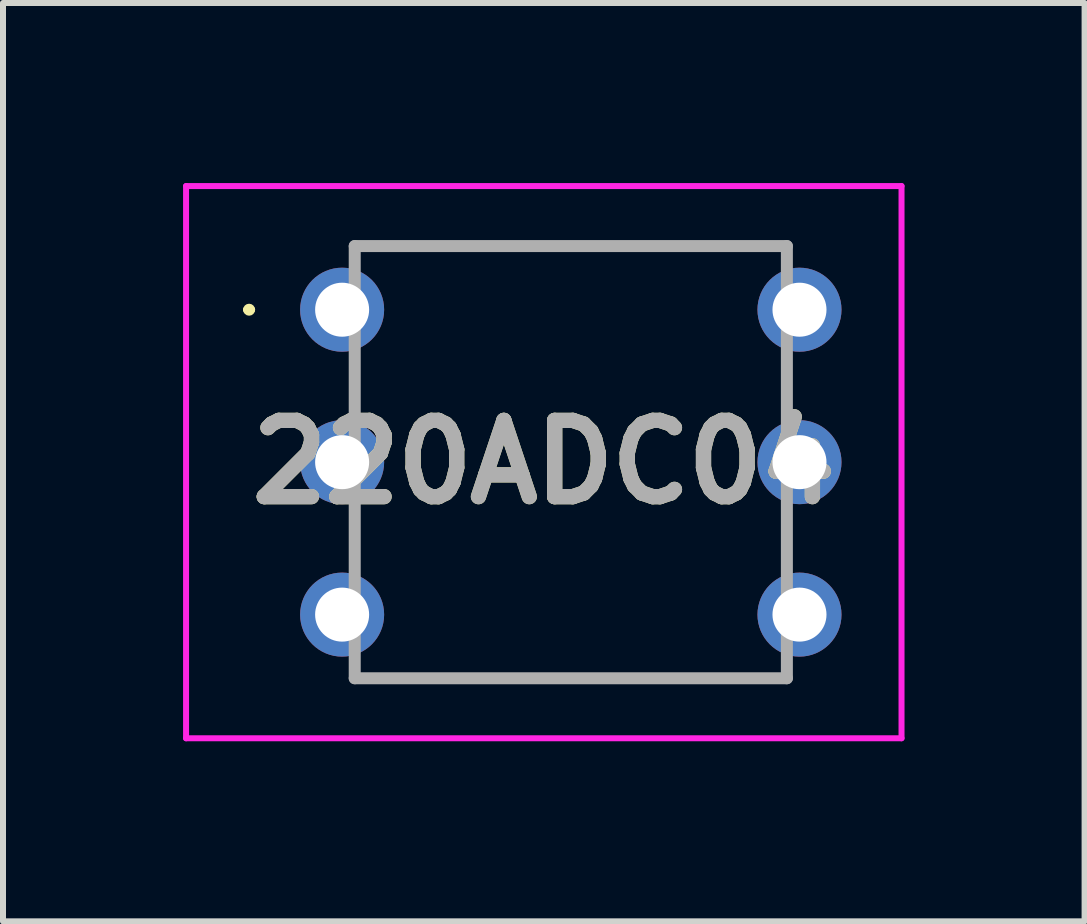
<source format=kicad_pcb>
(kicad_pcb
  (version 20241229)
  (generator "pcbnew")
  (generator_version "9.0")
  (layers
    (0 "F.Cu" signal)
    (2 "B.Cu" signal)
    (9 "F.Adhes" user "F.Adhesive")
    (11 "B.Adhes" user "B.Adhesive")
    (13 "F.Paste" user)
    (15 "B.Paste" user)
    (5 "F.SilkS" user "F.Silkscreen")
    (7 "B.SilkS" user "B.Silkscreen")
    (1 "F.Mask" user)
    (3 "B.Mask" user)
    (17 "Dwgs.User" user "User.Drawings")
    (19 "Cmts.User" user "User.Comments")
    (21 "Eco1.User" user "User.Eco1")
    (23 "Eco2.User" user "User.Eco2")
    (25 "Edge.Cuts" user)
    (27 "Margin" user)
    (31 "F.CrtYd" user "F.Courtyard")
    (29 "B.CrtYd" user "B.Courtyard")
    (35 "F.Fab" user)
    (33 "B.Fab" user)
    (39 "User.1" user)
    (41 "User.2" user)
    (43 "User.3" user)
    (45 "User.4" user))
  (footprint "220ADC04"
    (layer "F.Cu")
    (at 2.65 2.11)
    (property "Reference" "220ADC04" (at 3.36 2.54 0) (layer "F.SilkS") (effects (font (size 1.27 1.27) (thickness 0.254))))
    (attr through_hole)
    (fp_line (start -1.6 0) (end -1.6 0) (stroke (width 0.1) (type solid)) (layer "F.SilkS"))
    (fp_line (start -1.5 0) (end -1.5 0) (stroke (width 0.1) (type solid)) (layer "F.SilkS"))
    (fp_line (start 0.81 -1.06) (end 7.31 -1.06) (stroke (width 0.1) (type solid)) (layer "F.SilkS"))
    (fp_line (start 0.81 6.14) (end 6.81 6.14) (stroke (width 0.1) (type solid)) (layer "F.SilkS"))
    (fp_arc (start -1.6 0) (mid -1.55 -0.05) (end -1.5 0) (stroke (width 0.1) (type solid)) (layer "F.SilkS"))
    (fp_arc (start -1.5 0) (mid -1.55 0.05) (end -1.6 0) (stroke (width 0.1) (type solid)) (layer "F.SilkS"))
    (fp_line (start -2.6 -2.06) (end 9.32 -2.06) (stroke (width 0.1) (type solid)) (layer "F.CrtYd"))
    (fp_line (start -2.6 7.14) (end -2.6 -2.06) (stroke (width 0.1) (type solid)) (layer "F.CrtYd"))
    (fp_line (start 9.32 -2.06) (end 9.32 7.14) (stroke (width 0.1) (type solid)) (layer "F.CrtYd"))
    (fp_line (start 9.32 7.14) (end -2.6 7.14) (stroke (width 0.1) (type solid)) (layer "F.CrtYd"))
    (fp_line (start 0.21 -1.06) (end 7.41 -1.06) (stroke (width 0.2) (type solid)) (layer "F.Fab"))
    (fp_line (start 0.21 6.14) (end 0.21 -1.06) (stroke (width 0.2) (type solid)) (layer "F.Fab"))
    (fp_line (start 7.41 -1.06) (end 7.41 6.14) (stroke (width 0.2) (type solid)) (layer "F.Fab"))
    (fp_line (start 7.41 6.14) (end 0.21 6.14) (stroke (width 0.2) (type solid)) (layer "F.Fab"))
    (fp_text user "${REFERENCE}" (at 3.36 2.54 0) (layer "F.Fab") (effects (font (size 1.27 1.27) (thickness 0.254))))
    (pad "1" thru_hole circle (at 0 0) (size 1.4 1.4) (drill 0.9) (layers "*.Cu" "*.Mask"))
    (pad "2" thru_hole circle (at 7.62 0) (size 1.4 1.4) (drill 0.9) (layers "*.Cu" "*.Mask"))
    (pad "3" thru_hole circle (at 7.62 5.08) (size 1.4 1.4) (drill 0.9) (layers "*.Cu" "*.Mask"))
    (pad "A0" thru_hole circle (at 0 5.08) (size 1.4 1.4) (drill 0.9) (layers "*.Cu" "*.Mask"))
    (pad "C1" thru_hole circle (at 0 2.54) (size 1.4 1.4) (drill 0.9) (layers "*.Cu" "*.Mask"))
    (pad "C2" thru_hole circle (at 7.62 2.54) (size 1.4 1.4) (drill 0.9) (layers "*.Cu" "*.Mask")))
  (gr_rect
    (start -3 -3)
    (end 15.02 12.3)
    (stroke (width 0.1) (type default))
    (fill no)
    (layer "Edge.Cuts")))
</source>
